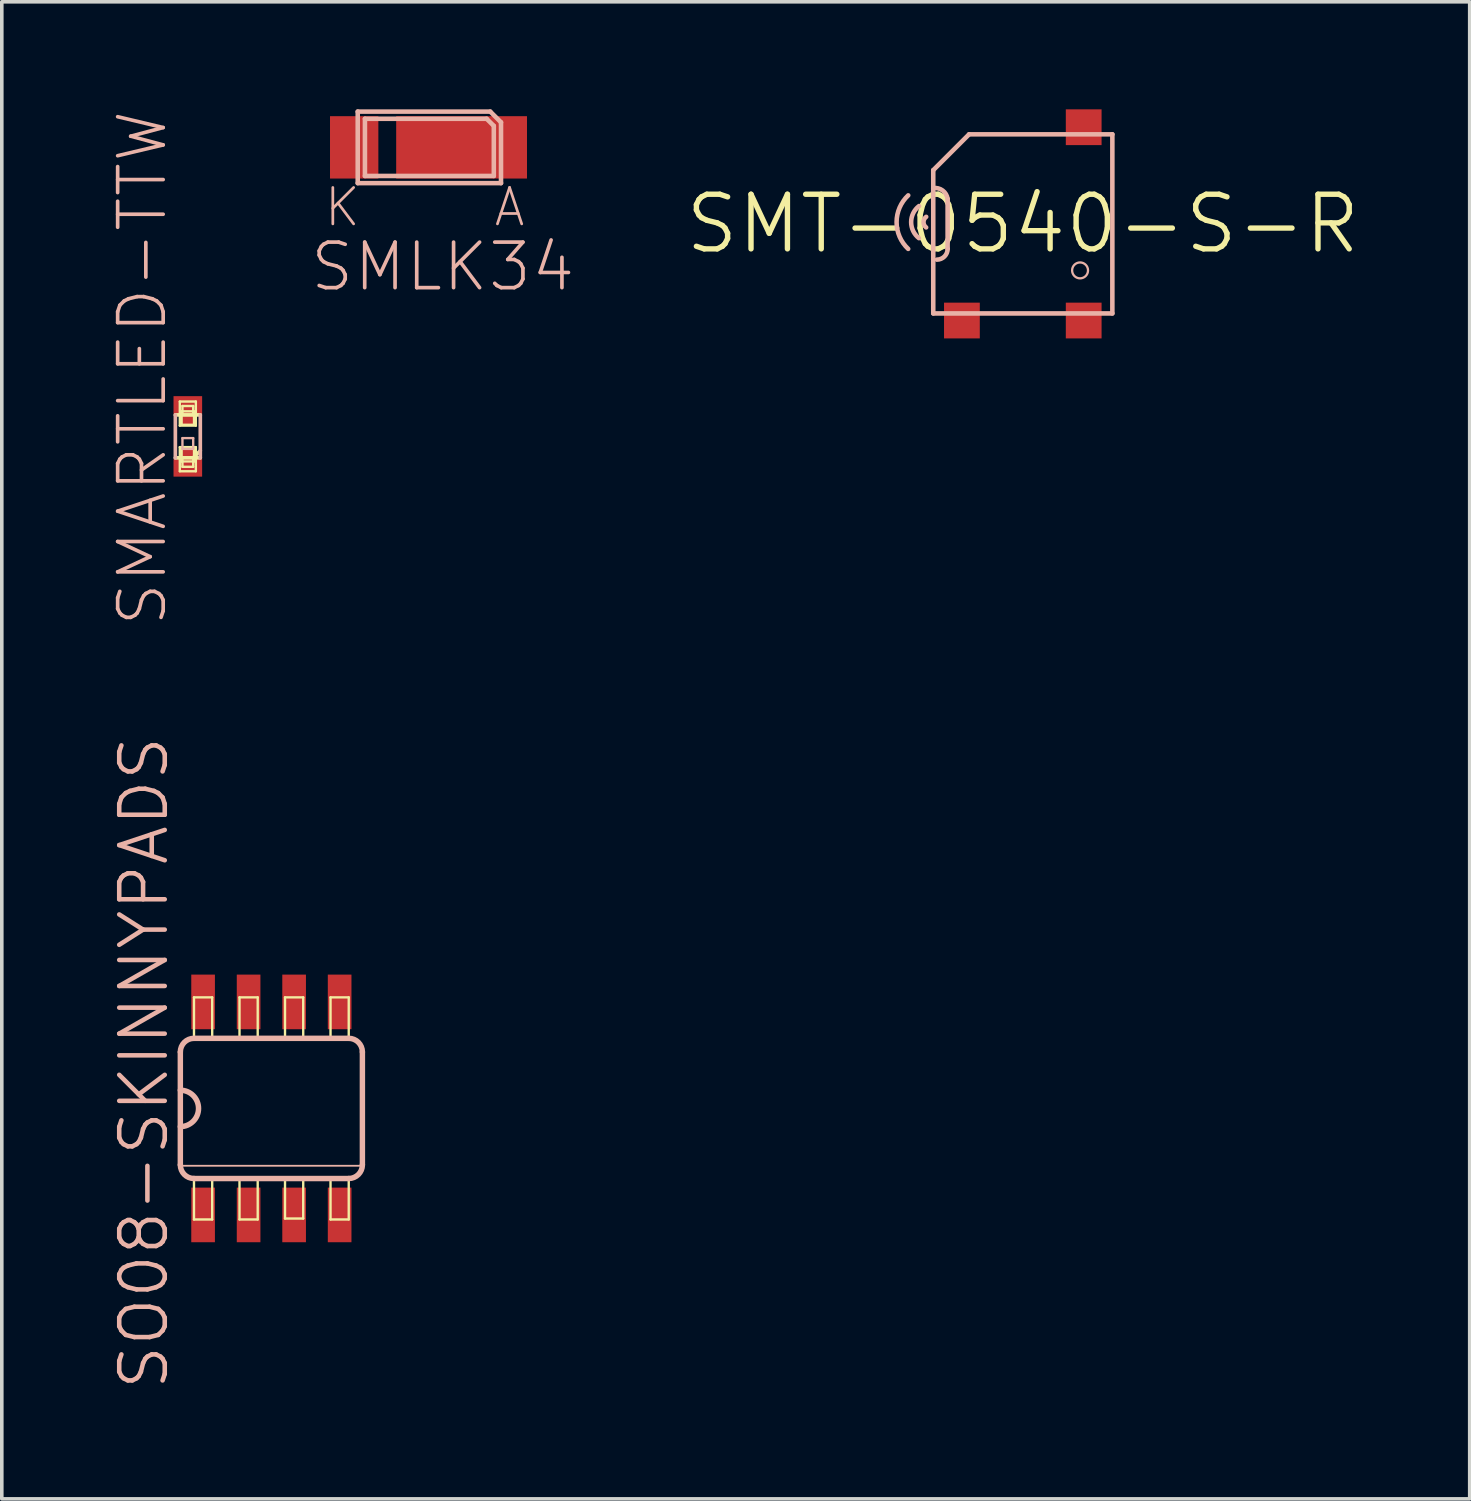
<source format=kicad_pcb>
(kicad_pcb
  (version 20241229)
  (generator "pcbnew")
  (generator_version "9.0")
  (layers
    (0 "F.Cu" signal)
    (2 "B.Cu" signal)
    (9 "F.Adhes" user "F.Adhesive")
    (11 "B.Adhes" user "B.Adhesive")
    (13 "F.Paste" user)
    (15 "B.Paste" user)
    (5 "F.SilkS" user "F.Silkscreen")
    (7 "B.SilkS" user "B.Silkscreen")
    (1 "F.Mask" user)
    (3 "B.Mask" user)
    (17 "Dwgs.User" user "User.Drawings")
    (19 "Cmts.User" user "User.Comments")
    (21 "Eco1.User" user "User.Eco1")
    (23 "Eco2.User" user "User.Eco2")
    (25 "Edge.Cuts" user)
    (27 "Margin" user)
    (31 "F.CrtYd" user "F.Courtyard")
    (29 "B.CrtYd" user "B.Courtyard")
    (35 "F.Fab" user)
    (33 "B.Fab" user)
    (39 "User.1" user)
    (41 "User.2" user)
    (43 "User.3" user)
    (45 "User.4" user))
  (footprint "SO08-SKINNYPADS"
    (layer "F.Cu")
    (at 4.522 27.879)
    (property "Reference" "SO08-SKINNYPADS" (at -3.556 -1.27 90) (layer "B.SilkS") (effects (font (size 1.27 1.27) (thickness 0.127))))
    (attr smd)
    (fp_line (start -2.159 -3.099) (end -1.651 -3.099) (stroke (width 0.066) (type solid)) (layer "F.SilkS"))
    (fp_line (start -2.159 -1.956) (end -2.159 -3.099) (stroke (width 0.066) (type solid)) (layer "F.SilkS"))
    (fp_line (start -2.159 -1.956) (end -1.651 -1.956) (stroke (width 0.066) (type solid)) (layer "F.SilkS"))
    (fp_line (start -2.159 1.956) (end -1.651 1.956) (stroke (width 0.066) (type solid)) (layer "F.SilkS"))
    (fp_line (start -2.159 3.099) (end -2.159 1.956) (stroke (width 0.066) (type solid)) (layer "F.SilkS"))
    (fp_line (start -2.159 3.099) (end -1.651 3.099) (stroke (width 0.066) (type solid)) (layer "F.SilkS"))
    (fp_line (start -1.651 -1.956) (end -1.651 -3.099) (stroke (width 0.066) (type solid)) (layer "F.SilkS"))
    (fp_line (start -1.651 3.099) (end -1.651 1.956) (stroke (width 0.066) (type solid)) (layer "F.SilkS"))
    (fp_line (start -0.889 -3.099) (end -0.381 -3.099) (stroke (width 0.066) (type solid)) (layer "F.SilkS"))
    (fp_line (start -0.889 -1.956) (end -0.889 -3.099) (stroke (width 0.066) (type solid)) (layer "F.SilkS"))
    (fp_line (start -0.889 -1.956) (end -0.381 -1.956) (stroke (width 0.066) (type solid)) (layer "F.SilkS"))
    (fp_line (start -0.889 1.956) (end -0.381 1.956) (stroke (width 0.066) (type solid)) (layer "F.SilkS"))
    (fp_line (start -0.889 3.099) (end -0.889 1.956) (stroke (width 0.066) (type solid)) (layer "F.SilkS"))
    (fp_line (start -0.889 3.099) (end -0.381 3.099) (stroke (width 0.066) (type solid)) (layer "F.SilkS"))
    (fp_line (start -0.381 -1.956) (end -0.381 -3.099) (stroke (width 0.066) (type solid)) (layer "F.SilkS"))
    (fp_line (start -0.381 3.099) (end -0.381 1.956) (stroke (width 0.066) (type solid)) (layer "F.SilkS"))
    (fp_line (start 0.381 -3.099) (end 0.889 -3.099) (stroke (width 0.066) (type solid)) (layer "F.SilkS"))
    (fp_line (start 0.381 -1.956) (end 0.381 -3.099) (stroke (width 0.066) (type solid)) (layer "F.SilkS"))
    (fp_line (start 0.381 -1.956) (end 0.889 -1.956) (stroke (width 0.066) (type solid)) (layer "F.SilkS"))
    (fp_line (start 0.381 1.93) (end 0.889 1.93) (stroke (width 0.066) (type solid)) (layer "F.SilkS"))
    (fp_line (start 0.381 3.073) (end 0.381 1.93) (stroke (width 0.066) (type solid)) (layer "F.SilkS"))
    (fp_line (start 0.381 3.073) (end 0.889 3.073) (stroke (width 0.066) (type solid)) (layer "F.SilkS"))
    (fp_line (start 0.889 -1.956) (end 0.889 -3.099) (stroke (width 0.066) (type solid)) (layer "F.SilkS"))
    (fp_line (start 0.889 3.073) (end 0.889 1.93) (stroke (width 0.066) (type solid)) (layer "F.SilkS"))
    (fp_line (start 1.651 -3.099) (end 2.159 -3.099) (stroke (width 0.066) (type solid)) (layer "F.SilkS"))
    (fp_line (start 1.651 -1.956) (end 1.651 -3.099) (stroke (width 0.066) (type solid)) (layer "F.SilkS"))
    (fp_line (start 1.651 -1.956) (end 2.159 -1.956) (stroke (width 0.066) (type solid)) (layer "F.SilkS"))
    (fp_line (start 1.651 1.956) (end 2.159 1.956) (stroke (width 0.066) (type solid)) (layer "F.SilkS"))
    (fp_line (start 1.651 3.099) (end 1.651 1.956) (stroke (width 0.066) (type solid)) (layer "F.SilkS"))
    (fp_line (start 1.651 3.099) (end 2.159 3.099) (stroke (width 0.066) (type solid)) (layer "F.SilkS"))
    (fp_line (start 2.159 -1.956) (end 2.159 -3.099) (stroke (width 0.066) (type solid)) (layer "F.SilkS"))
    (fp_line (start 2.159 3.099) (end 2.159 1.956) (stroke (width 0.066) (type solid)) (layer "F.SilkS"))
    (fp_line (start -2.54 -1.575) (end -2.54 1.575) (stroke (width 0.152) (type solid)) (layer "B.SilkS"))
    (fp_line (start -2.54 1.6) (end 2.54 1.6) (stroke (width 0.051) (type solid)) (layer "B.SilkS"))
    (fp_line (start -2.159 1.956) (end 2.159 1.956) (stroke (width 0.152) (type solid)) (layer "B.SilkS"))
    (fp_line (start 2.159 -1.956) (end -2.159 -1.956) (stroke (width 0.152) (type solid)) (layer "B.SilkS"))
    (fp_line (start 2.54 1.575) (end 2.54 -1.575) (stroke (width 0.152) (type solid)) (layer "B.SilkS"))
    (fp_arc (start -2.54 -1.5748) (mid -2.428408 -1.844208) (end -2.159 -1.9558) (stroke (width 0.1524) (type solid)) (layer "B.SilkS"))
    (fp_arc (start -2.54 -0.508) (mid -2.032 0) (end -2.54 0.508) (stroke (width 0.1524) (type solid)) (layer "B.SilkS"))
    (fp_arc (start -2.159 1.9558) (mid -2.428408 1.844208) (end -2.54 1.5748) (stroke (width 0.1524) (type solid)) (layer "B.SilkS"))
    (fp_arc (start 2.159 -1.9558) (mid 2.428408 -1.844208) (end 2.54 -1.5748) (stroke (width 0.1524) (type solid)) (layer "B.SilkS"))
    (fp_arc (start 2.54 1.5748) (mid 2.428408 1.844208) (end 2.159 1.9558) (stroke (width 0.1524) (type solid)) (layer "B.SilkS"))
    (pad "1" smd rect (at -1.905 2.972) (size 0.66 1.524) (layers "F.Cu" "F.Mask" "F.Paste"))
    (pad "2" smd rect (at -0.635 2.972) (size 0.66 1.524) (layers "F.Cu" "F.Mask" "F.Paste"))
    (pad "3" smd rect (at 0.635 2.972) (size 0.66 1.524) (layers "F.Cu" "F.Mask" "F.Paste"))
    (pad "4" smd rect (at 1.905 2.972) (size 0.66 1.524) (layers "F.Cu" "F.Mask" "F.Paste"))
    (pad "5" smd rect (at 1.905 -2.972) (size 0.66 1.524) (layers "F.Cu" "F.Mask" "F.Paste"))
    (pad "6" smd rect (at 0.635 -2.972) (size 0.66 1.524) (layers "F.Cu" "F.Mask" "F.Paste"))
    (pad "7" smd rect (at -0.635 -2.972) (size 0.66 1.524) (layers "F.Cu" "F.Mask" "F.Paste"))
    (pad "8" smd rect (at -1.905 -2.972) (size 0.66 1.524) (layers "F.Cu" "F.Mask" "F.Paste")))
  (footprint "SMT-0540-S-R"
    (layer "F.Cu")
    (at 25.49 3.197)
    (property "Reference" "SMT-0540-S-R" (at 0 0 0) (layer "F.SilkS") (effects (font (size 1.524 1.524) (thickness 0.15))))
    (attr smd)
    (fp_line (start -2.499 -1.499) (end -1.499 -2.499) (stroke (width 0.127) (type solid)) (layer "B.SilkS"))
    (fp_line (start -2.499 -0.998) (end -2.499 -1.499) (stroke (width 0.127) (type solid)) (layer "B.SilkS"))
    (fp_line (start -2.499 2.499) (end -2.499 -0.998) (stroke (width 0.127) (type solid)) (layer "B.SilkS"))
    (fp_line (start -2.098 -0.699) (end -2.098 0.699) (stroke (width 0.127) (type solid)) (layer "B.SilkS"))
    (fp_line (start -1.499 -2.499) (end 2.499 -2.499) (stroke (width 0.127) (type solid)) (layer "B.SilkS"))
    (fp_line (start 2.499 -2.499) (end 2.499 2.499) (stroke (width 0.127) (type solid)) (layer "B.SilkS"))
    (fp_line (start 2.499 2.499) (end -2.499 2.499) (stroke (width 0.127) (type solid)) (layer "B.SilkS"))
    (fp_arc (start -3.19786 0.6985) (mid -3.521883 -0.048929) (end -3.196882 -0.795934) (stroke (width 0.127) (type solid)) (layer "B.SilkS"))
    (fp_arc (start -2.89814 0.39878) (mid -3.115691 -0.05024) (end -2.895016 -0.497732) (stroke (width 0.127) (type solid)) (layer "B.SilkS"))
    (fp_arc (start -2.69748 0.09906) (mid -2.770633 -0.049179) (end -2.69601 -0.196683) (stroke (width 0.127) (type solid)) (layer "B.SilkS"))
    (fp_arc (start -2.49936 -0.99822) (mid -2.236626 -0.931476) (end -2.09804 -0.6985) (stroke (width 0.127) (type solid)) (layer "B.SilkS"))
    (fp_arc (start -2.09804 0.6985) (mid -2.185826 0.910434) (end -2.39776 0.99822) (stroke (width 0.127) (type solid)) (layer "B.SilkS"))
    (fp_circle (center 1.598 1.298) (end 1.755 1.455) (stroke (width 0.064) (type solid)) (fill no) (layer "B.SilkS"))
    (pad "+" smd rect (at 1.699 2.697) (size 0.998 0.998) (layers "F.Cu" "F.Mask" "F.Paste"))
    (pad "-" smd rect (at 1.699 -2.697) (size 0.998 0.998) (layers "F.Cu" "F.Mask" "F.Paste"))
    (pad "M" smd rect (at -1.699 2.697) (size 0.998 0.998) (layers "F.Cu" "F.Mask" "F.Paste")))
  (footprint "SMLK34"
    (layer "F.Cu")
    (at 8.931 1.062)
    (property "Reference" "SMLK34" (at 0.373 3.332 0) (layer "B.SilkS") (effects (font (size 1.27 1.27) (thickness 0.102))))
    (attr smd)
    (fp_line (start -1.999 -0.998) (end 1.699 -0.998) (stroke (width 0.127) (type solid)) (layer "B.SilkS"))
    (fp_line (start -1.999 0.998) (end -1.999 -0.998) (stroke (width 0.127) (type solid)) (layer "B.SilkS"))
    (fp_line (start -1.798 -0.798) (end -1.798 0.798) (stroke (width 0.127) (type solid)) (layer "B.SilkS"))
    (fp_line (start -1.798 0.798) (end 1.798 0.798) (stroke (width 0.127) (type solid)) (layer "B.SilkS"))
    (fp_line (start 1.598 -0.798) (end -1.798 -0.798) (stroke (width 0.127) (type solid)) (layer "B.SilkS"))
    (fp_line (start 1.699 -0.998) (end 1.999 -0.699) (stroke (width 0.127) (type solid)) (layer "B.SilkS"))
    (fp_line (start 1.798 -0.599) (end 1.598 -0.798) (stroke (width 0.127) (type solid)) (layer "B.SilkS"))
    (fp_line (start 1.798 0.798) (end 1.798 -0.599) (stroke (width 0.127) (type solid)) (layer "B.SilkS"))
    (fp_line (start 1.999 -0.699) (end 1.999 0.998) (stroke (width 0.127) (type solid)) (layer "B.SilkS"))
    (fp_line (start 1.999 0.998) (end -1.999 0.998) (stroke (width 0.127) (type solid)) (layer "B.SilkS"))
    (fp_text user "K" (at -2.428 1.669 0) (layer "B.SilkS") (effects (font (size 1.016 1.016) (thickness 0.076))))
    (fp_text user "A" (at 2.238 1.669 0) (layer "B.SilkS") (effects (font (size 1.016 1.016) (thickness 0.076))))
    (pad "A" smd rect (at 0.899 0 180) (size 3.65 1.74) (layers "F.Cu" "F.Mask" "F.Paste"))
    (pad "K" smd rect (at -2.098 0 180) (size 1.349 1.74) (layers "F.Cu" "F.Mask" "F.Paste")))
  (footprint "SMARTLED-TTW"
    (layer "F.Cu")
    (at 2.191 9.127)
    (property "Reference" "SMARTLED-TTW" (at -1.27 -1.905 90) (layer "B.SilkS") (effects (font (size 1.27 1.27) (thickness 0.102))))
    (attr smd)
    (fp_line (start -0.348 -0.599) (end 0.348 -0.599) (stroke (width 0.102) (type solid)) (layer "F.SilkS"))
    (fp_line (start -0.224 -0.973) (end 0.224 -0.973) (stroke (width 0.066) (type solid)) (layer "F.SilkS"))
    (fp_line (start -0.224 -0.3) (end -0.224 -0.973) (stroke (width 0.066) (type solid)) (layer "F.SilkS"))
    (fp_line (start -0.224 -0.3) (end 0.224 -0.3) (stroke (width 0.066) (type solid)) (layer "F.SilkS"))
    (fp_line (start -0.224 0.3) (end 0.224 0.3) (stroke (width 0.066) (type solid)) (layer "F.SilkS"))
    (fp_line (start -0.224 0.973) (end -0.224 0.3) (stroke (width 0.066) (type solid)) (layer "F.SilkS"))
    (fp_line (start -0.224 0.973) (end 0.224 0.973) (stroke (width 0.066) (type solid)) (layer "F.SilkS"))
    (fp_line (start -0.173 -0.699) (end 0.173 -0.699) (stroke (width 0.066) (type solid)) (layer "F.SilkS"))
    (fp_line (start -0.173 -0.323) (end -0.173 -0.699) (stroke (width 0.066) (type solid)) (layer "F.SilkS"))
    (fp_line (start -0.173 -0.323) (end 0.173 -0.323) (stroke (width 0.066) (type solid)) (layer "F.SilkS"))
    (fp_line (start -0.173 0.323) (end 0.173 0.323) (stroke (width 0.066) (type solid)) (layer "F.SilkS"))
    (fp_line (start -0.173 0.699) (end -0.173 0.323) (stroke (width 0.066) (type solid)) (layer "F.SilkS"))
    (fp_line (start -0.173 0.699) (end 0.173 0.699) (stroke (width 0.066) (type solid)) (layer "F.SilkS"))
    (fp_line (start -0.15 -0.848) (end 0.15 -0.848) (stroke (width 0.066) (type solid)) (layer "F.SilkS"))
    (fp_line (start -0.15 -0.599) (end -0.15 -0.848) (stroke (width 0.066) (type solid)) (layer "F.SilkS"))
    (fp_line (start -0.15 -0.599) (end 0.15 -0.599) (stroke (width 0.066) (type solid)) (layer "F.SilkS"))
    (fp_line (start -0.15 0.599) (end 0.15 0.599) (stroke (width 0.066) (type solid)) (layer "F.SilkS"))
    (fp_line (start -0.15 0.848) (end -0.15 0.599) (stroke (width 0.066) (type solid)) (layer "F.SilkS"))
    (fp_line (start -0.15 0.848) (end 0.15 0.848) (stroke (width 0.066) (type solid)) (layer "F.SilkS"))
    (fp_line (start 0.15 -0.599) (end 0.15 -0.848) (stroke (width 0.066) (type solid)) (layer "F.SilkS"))
    (fp_line (start 0.15 0.848) (end 0.15 0.599) (stroke (width 0.066) (type solid)) (layer "F.SilkS"))
    (fp_line (start 0.173 -0.323) (end 0.173 -0.699) (stroke (width 0.066) (type solid)) (layer "F.SilkS"))
    (fp_line (start 0.173 0.699) (end 0.173 0.323) (stroke (width 0.066) (type solid)) (layer "F.SilkS"))
    (fp_line (start 0.224 -0.3) (end 0.224 -0.973) (stroke (width 0.066) (type solid)) (layer "F.SilkS"))
    (fp_line (start 0.224 0.973) (end 0.224 0.3) (stroke (width 0.066) (type solid)) (layer "F.SilkS"))
    (fp_line (start 0.348 0.399) (end 0.15 0.599) (stroke (width 0.102) (type solid)) (layer "F.SilkS"))
    (fp_line (start 0.348 0.599) (end -0.348 0.599) (stroke (width 0.102) (type solid)) (layer "F.SilkS"))
    (fp_line (start -0.348 0.599) (end -0.348 -0.599) (stroke (width 0.102) (type solid)) (layer "B.SilkS"))
    (fp_line (start -0.15 0.048) (end 0.15 0.048) (stroke (width 0.066) (type solid)) (layer "B.SilkS"))
    (fp_line (start -0.15 0.348) (end -0.15 0.048) (stroke (width 0.066) (type solid)) (layer "B.SilkS"))
    (fp_line (start -0.15 0.348) (end 0.15 0.348) (stroke (width 0.066) (type solid)) (layer "B.SilkS"))
    (fp_line (start 0.15 0.348) (end 0.15 0.048) (stroke (width 0.066) (type solid)) (layer "B.SilkS"))
    (fp_line (start 0.348 -0.599) (end 0.348 0.599) (stroke (width 0.102) (type solid)) (layer "B.SilkS"))
    (pad "A" smd rect (at 0 0.874) (size 0.798 0.498) (layers "F.Cu" "F.Mask" "F.Paste"))
    (pad "A@1" smd rect (at 0 0.498) (size 0.348 0.348) (layers "F.Cu" "F.Mask" "F.Paste"))
    (pad "C" smd rect (at 0 -0.874) (size 0.798 0.498) (layers "F.Cu" "F.Mask" "F.Paste"))
    (pad "C@1" smd rect (at 0 -0.498) (size 0.348 0.348) (layers "F.Cu" "F.Mask" "F.Paste")))
  (gr_rect
    (start -3 -3)
    (end 37.96 38.774)
    (stroke (width 0.1) (type default))
    (fill no)
    (layer "Edge.Cuts")))
</source>
